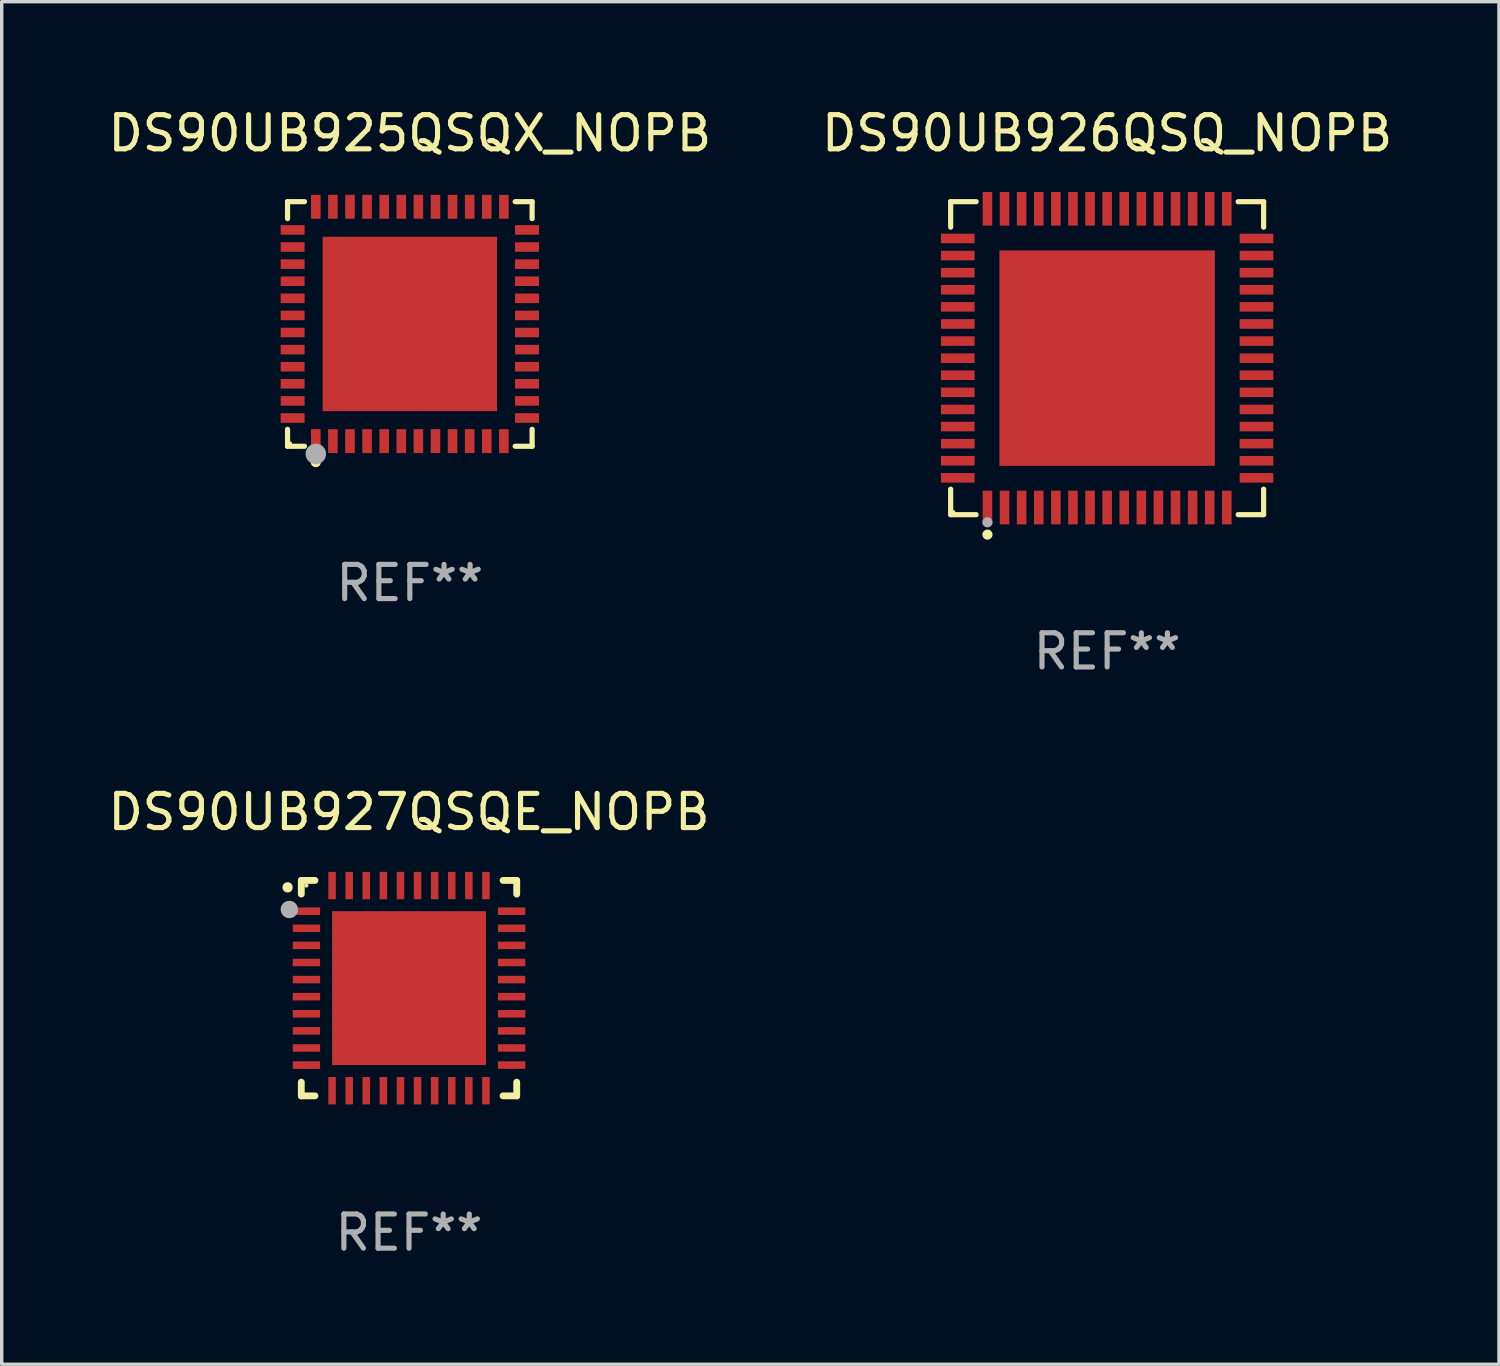
<source format=kicad_pcb>
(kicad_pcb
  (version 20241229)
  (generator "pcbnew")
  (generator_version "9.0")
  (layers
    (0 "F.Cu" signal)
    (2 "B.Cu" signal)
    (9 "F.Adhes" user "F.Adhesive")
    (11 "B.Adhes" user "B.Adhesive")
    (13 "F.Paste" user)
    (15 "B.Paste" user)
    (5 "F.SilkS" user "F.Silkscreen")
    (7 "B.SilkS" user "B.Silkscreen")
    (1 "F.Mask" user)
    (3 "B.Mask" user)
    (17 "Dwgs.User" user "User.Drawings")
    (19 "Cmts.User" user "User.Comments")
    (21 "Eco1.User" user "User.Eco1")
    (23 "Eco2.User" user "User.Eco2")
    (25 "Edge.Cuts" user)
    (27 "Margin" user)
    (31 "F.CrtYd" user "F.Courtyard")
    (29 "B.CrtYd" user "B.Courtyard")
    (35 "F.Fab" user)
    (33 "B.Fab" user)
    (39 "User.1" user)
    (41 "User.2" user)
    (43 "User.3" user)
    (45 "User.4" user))
  (footprint "DS90UB926QSQ_NOPB"
    (layer "F.Cu")
    (at 29.327 7.424)
    (property "Reference" "DS90UB926QSQ_NOPB" (at 0 -6.576 0) (layer "F.SilkS") (effects (font (size 1 1) (thickness 0.15))))
    (attr through_hole)
    (fp_line (start -4.576 -4.576) (end -3.831 -4.576) (stroke (width 0.152) (type solid)) (layer "F.SilkS"))
    (fp_line (start -4.576 -3.831) (end -4.576 -4.576) (stroke (width 0.152) (type solid)) (layer "F.SilkS"))
    (fp_line (start -4.576 3.831) (end -4.576 4.576) (stroke (width 0.152) (type solid)) (layer "F.SilkS"))
    (fp_line (start -4.576 4.576) (end -3.831 4.576) (stroke (width 0.152) (type solid)) (layer "F.SilkS"))
    (fp_line (start 4.576 -4.576) (end 3.831 -4.576) (stroke (width 0.152) (type solid)) (layer "F.SilkS"))
    (fp_line (start 4.576 -3.831) (end 4.576 -4.576) (stroke (width 0.152) (type solid)) (layer "F.SilkS"))
    (fp_line (start 4.576 3.831) (end 4.576 4.576) (stroke (width 0.152) (type solid)) (layer "F.SilkS"))
    (fp_line (start 4.576 4.576) (end 3.831 4.576) (stroke (width 0.152) (type solid)) (layer "F.SilkS"))
    (fp_circle (center -4.5 4.5) (end -4.47 4.5) (stroke (width 0.06) (type solid)) (fill no) (layer "F.SilkS"))
    (fp_circle (center -3.5 5.16) (end -3.425 5.16) (stroke (width 0.15) (type solid)) (fill no) (layer "F.SilkS"))
    (fp_circle (center -3.5 4.8) (end -3.425 4.8) (stroke (width 0.15) (type solid)) (fill no) (layer "F.Fab"))
    (fp_text user "REF**" (at 0 8.576 0) (layer "F.Fab") (effects (font (size 1 1) (thickness 0.15))))
    (pad "1" smd rect (at -3.5 4.368) (size 0.28 0.985) (layers "F.Cu" "F.Mask" "F.Paste"))
    (pad "2" smd rect (at -3 4.368) (size 0.28 0.985) (layers "F.Cu" "F.Mask" "F.Paste"))
    (pad "3" smd rect (at -2.5 4.368) (size 0.28 0.985) (layers "F.Cu" "F.Mask" "F.Paste"))
    (pad "4" smd rect (at -2 4.368) (size 0.28 0.985) (layers "F.Cu" "F.Mask" "F.Paste"))
    (pad "5" smd rect (at -1.5 4.368) (size 0.28 0.985) (layers "F.Cu" "F.Mask" "F.Paste"))
    (pad "6" smd rect (at -1 4.368) (size 0.28 0.985) (layers "F.Cu" "F.Mask" "F.Paste"))
    (pad "7" smd rect (at -0.5 4.368) (size 0.28 0.985) (layers "F.Cu" "F.Mask" "F.Paste"))
    (pad "8" smd rect (at 0 4.368) (size 0.28 0.985) (layers "F.Cu" "F.Mask" "F.Paste"))
    (pad "9" smd rect (at 0.5 4.368) (size 0.28 0.985) (layers "F.Cu" "F.Mask" "F.Paste"))
    (pad "10" smd rect (at 1 4.368) (size 0.28 0.985) (layers "F.Cu" "F.Mask" "F.Paste"))
    (pad "11" smd rect (at 1.5 4.368) (size 0.28 0.985) (layers "F.Cu" "F.Mask" "F.Paste"))
    (pad "12" smd rect (at 2 4.368) (size 0.28 0.985) (layers "F.Cu" "F.Mask" "F.Paste"))
    (pad "13" smd rect (at 2.5 4.368) (size 0.28 0.985) (layers "F.Cu" "F.Mask" "F.Paste"))
    (pad "14" smd rect (at 3 4.368) (size 0.28 0.985) (layers "F.Cu" "F.Mask" "F.Paste"))
    (pad "15" smd rect (at 3.5 4.368) (size 0.28 0.985) (layers "F.Cu" "F.Mask" "F.Paste"))
    (pad "16" smd rect (at 4.368 3.5) (size 0.985 0.28) (layers "F.Cu" "F.Mask" "F.Paste"))
    (pad "17" smd rect (at 4.368 3) (size 0.985 0.28) (layers "F.Cu" "F.Mask" "F.Paste"))
    (pad "18" smd rect (at 4.368 2.5) (size 0.985 0.28) (layers "F.Cu" "F.Mask" "F.Paste"))
    (pad "19" smd rect (at 4.368 2) (size 0.985 0.28) (layers "F.Cu" "F.Mask" "F.Paste"))
    (pad "20" smd rect (at 4.368 1.5) (size 0.985 0.28) (layers "F.Cu" "F.Mask" "F.Paste"))
    (pad "21" smd rect (at 4.368 1) (size 0.985 0.28) (layers "F.Cu" "F.Mask" "F.Paste"))
    (pad "22" smd rect (at 4.368 0.5) (size 0.985 0.28) (layers "F.Cu" "F.Mask" "F.Paste"))
    (pad "23" smd rect (at 4.368 0) (size 0.985 0.28) (layers "F.Cu" "F.Mask" "F.Paste"))
    (pad "24" smd rect (at 4.368 -0.5) (size 0.985 0.28) (layers "F.Cu" "F.Mask" "F.Paste"))
    (pad "25" smd rect (at 4.368 -1) (size 0.985 0.28) (layers "F.Cu" "F.Mask" "F.Paste"))
    (pad "26" smd rect (at 4.368 -1.5) (size 0.985 0.28) (layers "F.Cu" "F.Mask" "F.Paste"))
    (pad "27" smd rect (at 4.368 -2) (size 0.985 0.28) (layers "F.Cu" "F.Mask" "F.Paste"))
    (pad "28" smd rect (at 4.368 -2.5) (size 0.985 0.28) (layers "F.Cu" "F.Mask" "F.Paste"))
    (pad "29" smd rect (at 4.368 -3) (size 0.985 0.28) (layers "F.Cu" "F.Mask" "F.Paste"))
    (pad "30" smd rect (at 4.368 -3.5) (size 0.985 0.28) (layers "F.Cu" "F.Mask" "F.Paste"))
    (pad "31" smd rect (at 3.5 -4.368) (size 0.28 0.985) (layers "F.Cu" "F.Mask" "F.Paste"))
    (pad "32" smd rect (at 3 -4.368) (size 0.28 0.985) (layers "F.Cu" "F.Mask" "F.Paste"))
    (pad "33" smd rect (at 2.5 -4.368) (size 0.28 0.985) (layers "F.Cu" "F.Mask" "F.Paste"))
    (pad "34" smd rect (at 2 -4.368) (size 0.28 0.985) (layers "F.Cu" "F.Mask" "F.Paste"))
    (pad "35" smd rect (at 1.5 -4.368) (size 0.28 0.985) (layers "F.Cu" "F.Mask" "F.Paste"))
    (pad "36" smd rect (at 1 -4.368) (size 0.28 0.985) (layers "F.Cu" "F.Mask" "F.Paste"))
    (pad "37" smd rect (at 0.5 -4.368) (size 0.28 0.985) (layers "F.Cu" "F.Mask" "F.Paste"))
    (pad "38" smd rect (at 0 -4.368) (size 0.28 0.985) (layers "F.Cu" "F.Mask" "F.Paste"))
    (pad "39" smd rect (at -0.5 -4.368) (size 0.28 0.985) (layers "F.Cu" "F.Mask" "F.Paste"))
    (pad "40" smd rect (at -1 -4.368) (size 0.28 0.985) (layers "F.Cu" "F.Mask" "F.Paste"))
    (pad "41" smd rect (at -1.5 -4.368) (size 0.28 0.985) (layers "F.Cu" "F.Mask" "F.Paste"))
    (pad "42" smd rect (at -2 -4.368) (size 0.28 0.985) (layers "F.Cu" "F.Mask" "F.Paste"))
    (pad "43" smd rect (at -2.5 -4.368) (size 0.28 0.985) (layers "F.Cu" "F.Mask" "F.Paste"))
    (pad "44" smd rect (at -3 -4.368) (size 0.28 0.985) (layers "F.Cu" "F.Mask" "F.Paste"))
    (pad "45" smd rect (at -3.5 -4.368) (size 0.28 0.985) (layers "F.Cu" "F.Mask" "F.Paste"))
    (pad "46" smd rect (at -4.368 -3.5) (size 0.985 0.28) (layers "F.Cu" "F.Mask" "F.Paste"))
    (pad "47" smd rect (at -4.368 -3) (size 0.985 0.28) (layers "F.Cu" "F.Mask" "F.Paste"))
    (pad "48" smd rect (at -4.368 -2.5) (size 0.985 0.28) (layers "F.Cu" "F.Mask" "F.Paste"))
    (pad "49" smd rect (at -4.368 -2) (size 0.985 0.28) (layers "F.Cu" "F.Mask" "F.Paste"))
    (pad "50" smd rect (at -4.368 -1.5) (size 0.985 0.28) (layers "F.Cu" "F.Mask" "F.Paste"))
    (pad "51" smd rect (at -4.368 -1) (size 0.985 0.28) (layers "F.Cu" "F.Mask" "F.Paste"))
    (pad "52" smd rect (at -4.368 -0.5) (size 0.985 0.28) (layers "F.Cu" "F.Mask" "F.Paste"))
    (pad "53" smd rect (at -4.368 0) (size 0.985 0.28) (layers "F.Cu" "F.Mask" "F.Paste"))
    (pad "54" smd rect (at -4.368 0.5) (size 0.985 0.28) (layers "F.Cu" "F.Mask" "F.Paste"))
    (pad "55" smd rect (at -4.368 1) (size 0.985 0.28) (layers "F.Cu" "F.Mask" "F.Paste"))
    (pad "56" smd rect (at -4.368 1.5) (size 0.985 0.28) (layers "F.Cu" "F.Mask" "F.Paste"))
    (pad "57" smd rect (at -4.368 2) (size 0.985 0.28) (layers "F.Cu" "F.Mask" "F.Paste"))
    (pad "58" smd rect (at -4.368 2.5) (size 0.985 0.28) (layers "F.Cu" "F.Mask" "F.Paste"))
    (pad "59" smd rect (at -4.368 3) (size 0.985 0.28) (layers "F.Cu" "F.Mask" "F.Paste"))
    (pad "60" smd rect (at -4.368 3.5) (size 0.985 0.28) (layers "F.Cu" "F.Mask" "F.Paste"))
    (pad "61" smd rect (at 0 0) (size 6.3 6.3) (layers "F.Cu" "F.Mask" "F.Paste")))
  (footprint "DS90UB927QSQE_NOPB"
    (layer "F.Cu")
    (at 8.911 25.847)
    (property "Reference" "DS90UB927QSQE_NOPB" (at 0 -5.15 0) (layer "F.SilkS") (effects (font (size 1 1) (thickness 0.15))))
    (attr through_hole)
    (fp_line (start -3.15 -3.15) (end -2.75 -3.15) (stroke (width 0.2) (type solid)) (layer "F.SilkS"))
    (fp_line (start -3.15 -2.75) (end -3.15 -3.15) (stroke (width 0.2) (type solid)) (layer "F.SilkS"))
    (fp_line (start -3.15 3.15) (end -3.15 2.75) (stroke (width 0.2) (type solid)) (layer "F.SilkS"))
    (fp_line (start -2.75 3.15) (end -3.15 3.15) (stroke (width 0.2) (type solid)) (layer "F.SilkS"))
    (fp_line (start 2.75 -3.15) (end 3.15 -3.15) (stroke (width 0.2) (type solid)) (layer "F.SilkS"))
    (fp_line (start 2.75 3.15) (end 3.15 3.15) (stroke (width 0.2) (type solid)) (layer "F.SilkS"))
    (fp_line (start 3.15 -3.15) (end 3.15 -2.75) (stroke (width 0.2) (type solid)) (layer "F.SilkS"))
    (fp_line (start 3.15 3.15) (end 3.15 2.75) (stroke (width 0.2) (type solid)) (layer "F.SilkS"))
    (fp_arc (start -3.550927 -2.946406) (mid -3.550932 -2.947676) (end -3.550927 -2.948946) (stroke (width 0.3) (type solid)) (layer "F.SilkS"))
    (fp_circle (center -3 -3) (end -2.97 -3) (stroke (width 0.06) (type solid)) (fill no) (layer "F.SilkS"))
    (fp_circle (center -3.5 -2.3) (end -3.373 -2.3) (stroke (width 0.254) (type solid)) (fill no) (layer "F.Fab"))
    (fp_text user "REF**" (at 0 7.15 0) (layer "F.Fab") (effects (font (size 1 1) (thickness 0.15))))
    (pad "1" smd rect (at -3 -2.25) (size 0.8 0.22) (layers "F.Cu" "F.Mask" "F.Paste"))
    (pad "2" smd rect (at -3 -1.75) (size 0.8 0.22) (layers "F.Cu" "F.Mask" "F.Paste"))
    (pad "3" smd rect (at -3 -1.25) (size 0.8 0.22) (layers "F.Cu" "F.Mask" "F.Paste"))
    (pad "4" smd rect (at -3 -0.75) (size 0.8 0.22) (layers "F.Cu" "F.Mask" "F.Paste"))
    (pad "5" smd rect (at -3 -0.25) (size 0.8 0.22) (layers "F.Cu" "F.Mask" "F.Paste"))
    (pad "6" smd rect (at -3 0.25) (size 0.8 0.22) (layers "F.Cu" "F.Mask" "F.Paste"))
    (pad "7" smd rect (at -3 0.75) (size 0.8 0.22) (layers "F.Cu" "F.Mask" "F.Paste"))
    (pad "8" smd rect (at -3 1.25) (size 0.8 0.22) (layers "F.Cu" "F.Mask" "F.Paste"))
    (pad "9" smd rect (at -3 1.75) (size 0.8 0.22) (layers "F.Cu" "F.Mask" "F.Paste"))
    (pad "10" smd rect (at -3 2.25) (size 0.8 0.22) (layers "F.Cu" "F.Mask" "F.Paste"))
    (pad "11" smd rect (at -2.25 3) (size 0.22 0.8) (layers "F.Cu" "F.Mask" "F.Paste"))
    (pad "12" smd rect (at -1.75 3) (size 0.22 0.8) (layers "F.Cu" "F.Mask" "F.Paste"))
    (pad "13" smd rect (at -1.25 3) (size 0.22 0.8) (layers "F.Cu" "F.Mask" "F.Paste"))
    (pad "14" smd rect (at -0.75 3) (size 0.22 0.8) (layers "F.Cu" "F.Mask" "F.Paste"))
    (pad "15" smd rect (at -0.25 3) (size 0.22 0.8) (layers "F.Cu" "F.Mask" "F.Paste"))
    (pad "16" smd rect (at 0.25 3) (size 0.22 0.8) (layers "F.Cu" "F.Mask" "F.Paste"))
    (pad "17" smd rect (at 0.75 3) (size 0.22 0.8) (layers "F.Cu" "F.Mask" "F.Paste"))
    (pad "18" smd rect (at 1.25 3) (size 0.22 0.8) (layers "F.Cu" "F.Mask" "F.Paste"))
    (pad "19" smd rect (at 1.75 3) (size 0.22 0.8) (layers "F.Cu" "F.Mask" "F.Paste"))
    (pad "20" smd rect (at 2.25 3) (size 0.22 0.8) (layers "F.Cu" "F.Mask" "F.Paste"))
    (pad "21" smd rect (at 3 2.25) (size 0.8 0.22) (layers "F.Cu" "F.Mask" "F.Paste"))
    (pad "22" smd rect (at 3 1.75) (size 0.8 0.22) (layers "F.Cu" "F.Mask" "F.Paste"))
    (pad "23" smd rect (at 3 1.25) (size 0.8 0.22) (layers "F.Cu" "F.Mask" "F.Paste"))
    (pad "24" smd rect (at 3 0.75) (size 0.8 0.22) (layers "F.Cu" "F.Mask" "F.Paste"))
    (pad "25" smd rect (at 3 0.25) (size 0.8 0.22) (layers "F.Cu" "F.Mask" "F.Paste"))
    (pad "26" smd rect (at 3 -0.25) (size 0.8 0.22) (layers "F.Cu" "F.Mask" "F.Paste"))
    (pad "27" smd rect (at 3 -0.75) (size 0.8 0.22) (layers "F.Cu" "F.Mask" "F.Paste"))
    (pad "28" smd rect (at 3 -1.25) (size 0.8 0.22) (layers "F.Cu" "F.Mask" "F.Paste"))
    (pad "29" smd rect (at 3 -1.75) (size 0.8 0.22) (layers "F.Cu" "F.Mask" "F.Paste"))
    (pad "30" smd rect (at 3 -2.25) (size 0.8 0.22) (layers "F.Cu" "F.Mask" "F.Paste"))
    (pad "31" smd rect (at 2.25 -3) (size 0.22 0.8) (layers "F.Cu" "F.Mask" "F.Paste"))
    (pad "32" smd rect (at 1.75 -3) (size 0.22 0.8) (layers "F.Cu" "F.Mask" "F.Paste"))
    (pad "33" smd rect (at 1.25 -3) (size 0.22 0.8) (layers "F.Cu" "F.Mask" "F.Paste"))
    (pad "34" smd rect (at 0.75 -3) (size 0.22 0.8) (layers "F.Cu" "F.Mask" "F.Paste"))
    (pad "35" smd rect (at 0.25 -3) (size 0.22 0.8) (layers "F.Cu" "F.Mask" "F.Paste"))
    (pad "36" smd rect (at -0.25 -3) (size 0.22 0.8) (layers "F.Cu" "F.Mask" "F.Paste"))
    (pad "37" smd rect (at -0.75 -3) (size 0.22 0.8) (layers "F.Cu" "F.Mask" "F.Paste"))
    (pad "38" smd rect (at -1.25 -3) (size 0.22 0.8) (layers "F.Cu" "F.Mask" "F.Paste"))
    (pad "39" smd rect (at -1.75 -3) (size 0.22 0.8) (layers "F.Cu" "F.Mask" "F.Paste"))
    (pad "40" smd rect (at -2.25 -3) (size 0.22 0.8) (layers "F.Cu" "F.Mask" "F.Paste"))
    (pad "41" smd rect (at -0.000102 0) (size 4.5 4.5) (layers "F.Cu" "F.Mask" "F.Paste")))
  (footprint "DS90UB925QSQX_NOPB"
    (layer "F.Cu")
    (at 8.935 6.424)
    (property "Reference" "DS90UB925QSQX_NOPB" (at 0 -5.576 0) (layer "F.SilkS") (effects (font (size 1 1) (thickness 0.15))))
    (attr through_hole)
    (fp_line (start -3.576 -3.576) (end -3.081 -3.576) (stroke (width 0.152) (type solid)) (layer "F.SilkS"))
    (fp_line (start -3.576 -3.081) (end -3.576 -3.576) (stroke (width 0.152) (type solid)) (layer "F.SilkS"))
    (fp_line (start -3.576 3.081) (end -3.576 3.576) (stroke (width 0.152) (type solid)) (layer "F.SilkS"))
    (fp_line (start -3.576 3.576) (end -3.081 3.576) (stroke (width 0.152) (type solid)) (layer "F.SilkS"))
    (fp_line (start 3.576 -3.576) (end 3.081 -3.576) (stroke (width 0.152) (type solid)) (layer "F.SilkS"))
    (fp_line (start 3.576 -3.081) (end 3.576 -3.576) (stroke (width 0.152) (type solid)) (layer "F.SilkS"))
    (fp_line (start 3.576 3.081) (end 3.576 3.576) (stroke (width 0.152) (type solid)) (layer "F.SilkS"))
    (fp_line (start 3.576 3.576) (end 3.081 3.576) (stroke (width 0.152) (type solid)) (layer "F.SilkS"))
    (fp_circle (center -3.5 3.5) (end -3.47 3.5) (stroke (width 0.06) (type solid)) (fill no) (layer "F.SilkS"))
    (fp_circle (center -2.75 4.04) (end -2.675 4.04) (stroke (width 0.15) (type solid)) (fill no) (layer "F.SilkS"))
    (fp_circle (center -2.75 3.8) (end -2.6 3.8) (stroke (width 0.3) (type solid)) (fill no) (layer "F.Fab"))
    (fp_text user "REF**" (at 0 7.576 0) (layer "F.Fab") (effects (font (size 1 1) (thickness 0.15))))
    (pad "1" smd rect (at -2.75 3.427) (size 0.28 0.7) (layers "F.Cu" "F.Mask" "F.Paste"))
    (pad "2" smd rect (at -2.25 3.427) (size 0.28 0.7) (layers "F.Cu" "F.Mask" "F.Paste"))
    (pad "3" smd rect (at -1.75 3.427) (size 0.28 0.7) (layers "F.Cu" "F.Mask" "F.Paste"))
    (pad "4" smd rect (at -1.25 3.427) (size 0.28 0.7) (layers "F.Cu" "F.Mask" "F.Paste"))
    (pad "5" smd rect (at -0.75 3.427) (size 0.28 0.7) (layers "F.Cu" "F.Mask" "F.Paste"))
    (pad "6" smd rect (at -0.25 3.427) (size 0.28 0.7) (layers "F.Cu" "F.Mask" "F.Paste"))
    (pad "7" smd rect (at 0.25 3.427) (size 0.28 0.7) (layers "F.Cu" "F.Mask" "F.Paste"))
    (pad "8" smd rect (at 0.75 3.427) (size 0.28 0.7) (layers "F.Cu" "F.Mask" "F.Paste"))
    (pad "9" smd rect (at 1.25 3.427) (size 0.28 0.7) (layers "F.Cu" "F.Mask" "F.Paste"))
    (pad "10" smd rect (at 1.75 3.427) (size 0.28 0.7) (layers "F.Cu" "F.Mask" "F.Paste"))
    (pad "11" smd rect (at 2.25 3.427) (size 0.28 0.7) (layers "F.Cu" "F.Mask" "F.Paste"))
    (pad "12" smd rect (at 2.75 3.427) (size 0.28 0.7) (layers "F.Cu" "F.Mask" "F.Paste"))
    (pad "13" smd rect (at 3.427 2.75) (size 0.7 0.28) (layers "F.Cu" "F.Mask" "F.Paste"))
    (pad "14" smd rect (at 3.427 2.25) (size 0.7 0.28) (layers "F.Cu" "F.Mask" "F.Paste"))
    (pad "15" smd rect (at 3.427 1.75) (size 0.7 0.28) (layers "F.Cu" "F.Mask" "F.Paste"))
    (pad "16" smd rect (at 3.427 1.25) (size 0.7 0.28) (layers "F.Cu" "F.Mask" "F.Paste"))
    (pad "17" smd rect (at 3.427 0.75) (size 0.7 0.28) (layers "F.Cu" "F.Mask" "F.Paste"))
    (pad "18" smd rect (at 3.427 0.25) (size 0.7 0.28) (layers "F.Cu" "F.Mask" "F.Paste"))
    (pad "19" smd rect (at 3.427 -0.25) (size 0.7 0.28) (layers "F.Cu" "F.Mask" "F.Paste"))
    (pad "20" smd rect (at 3.427 -0.75) (size 0.7 0.28) (layers "F.Cu" "F.Mask" "F.Paste"))
    (pad "21" smd rect (at 3.427 -1.25) (size 0.7 0.28) (layers "F.Cu" "F.Mask" "F.Paste"))
    (pad "22" smd rect (at 3.427 -1.75) (size 0.7 0.28) (layers "F.Cu" "F.Mask" "F.Paste"))
    (pad "23" smd rect (at 3.427 -2.25) (size 0.7 0.28) (layers "F.Cu" "F.Mask" "F.Paste"))
    (pad "24" smd rect (at 3.427 -2.75) (size 0.7 0.28) (layers "F.Cu" "F.Mask" "F.Paste"))
    (pad "25" smd rect (at 2.75 -3.427) (size 0.28 0.7) (layers "F.Cu" "F.Mask" "F.Paste"))
    (pad "26" smd rect (at 2.25 -3.427) (size 0.28 0.7) (layers "F.Cu" "F.Mask" "F.Paste"))
    (pad "27" smd rect (at 1.75 -3.427) (size 0.28 0.7) (layers "F.Cu" "F.Mask" "F.Paste"))
    (pad "28" smd rect (at 1.25 -3.427) (size 0.28 0.7) (layers "F.Cu" "F.Mask" "F.Paste"))
    (pad "29" smd rect (at 0.75 -3.427) (size 0.28 0.7) (layers "F.Cu" "F.Mask" "F.Paste"))
    (pad "30" smd rect (at 0.25 -3.427) (size 0.28 0.7) (layers "F.Cu" "F.Mask" "F.Paste"))
    (pad "31" smd rect (at -0.25 -3.427) (size 0.28 0.7) (layers "F.Cu" "F.Mask" "F.Paste"))
    (pad "32" smd rect (at -0.75 -3.427) (size 0.28 0.7) (layers "F.Cu" "F.Mask" "F.Paste"))
    (pad "33" smd rect (at -1.25 -3.427) (size 0.28 0.7) (layers "F.Cu" "F.Mask" "F.Paste"))
    (pad "34" smd rect (at -1.75 -3.427) (size 0.28 0.7) (layers "F.Cu" "F.Mask" "F.Paste"))
    (pad "35" smd rect (at -2.25 -3.427) (size 0.28 0.7) (layers "F.Cu" "F.Mask" "F.Paste"))
    (pad "36" smd rect (at -2.75 -3.427) (size 0.28 0.7) (layers "F.Cu" "F.Mask" "F.Paste"))
    (pad "37" smd rect (at -3.427 -2.75) (size 0.7 0.28) (layers "F.Cu" "F.Mask" "F.Paste"))
    (pad "38" smd rect (at -3.427 -2.25) (size 0.7 0.28) (layers "F.Cu" "F.Mask" "F.Paste"))
    (pad "39" smd rect (at -3.427 -1.75) (size 0.7 0.28) (layers "F.Cu" "F.Mask" "F.Paste"))
    (pad "40" smd rect (at -3.427 -1.25) (size 0.7 0.28) (layers "F.Cu" "F.Mask" "F.Paste"))
    (pad "41" smd rect (at -3.427 -0.75) (size 0.7 0.28) (layers "F.Cu" "F.Mask" "F.Paste"))
    (pad "42" smd rect (at -3.427 -0.25) (size 0.7 0.28) (layers "F.Cu" "F.Mask" "F.Paste"))
    (pad "43" smd rect (at -3.427 0.25) (size 0.7 0.28) (layers "F.Cu" "F.Mask" "F.Paste"))
    (pad "44" smd rect (at -3.427 0.75) (size 0.7 0.28) (layers "F.Cu" "F.Mask" "F.Paste"))
    (pad "45" smd rect (at -3.427 1.25) (size 0.7 0.28) (layers "F.Cu" "F.Mask" "F.Paste"))
    (pad "46" smd rect (at -3.427 1.75) (size 0.7 0.28) (layers "F.Cu" "F.Mask" "F.Paste"))
    (pad "47" smd rect (at -3.427 2.25) (size 0.7 0.28) (layers "F.Cu" "F.Mask" "F.Paste"))
    (pad "48" smd rect (at -3.427 2.75) (size 0.7 0.28) (layers "F.Cu" "F.Mask" "F.Paste"))
    (pad "49" smd rect (at 0 0) (size 5.1 5.1) (layers "F.Cu" "F.Mask" "F.Paste")))
  (gr_rect
    (start -3 -3)
    (end 40.786 36.845)
    (stroke (width 0.1) (type default))
    (fill no)
    (layer "Edge.Cuts")))
</source>
